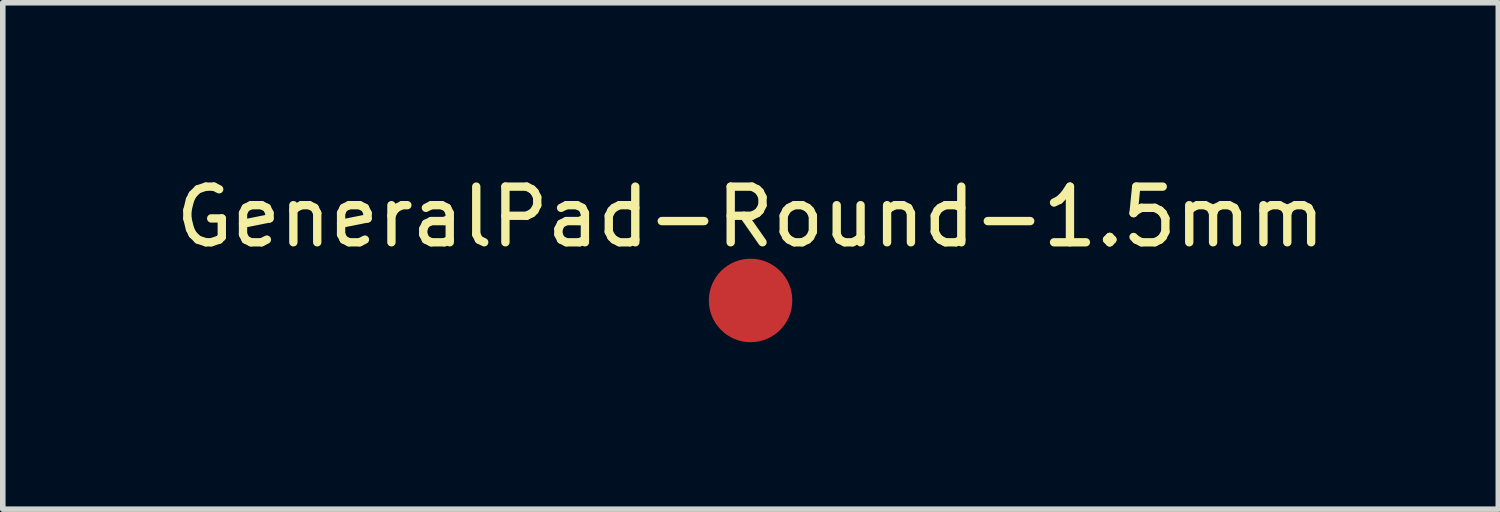
<source format=kicad_pcb>
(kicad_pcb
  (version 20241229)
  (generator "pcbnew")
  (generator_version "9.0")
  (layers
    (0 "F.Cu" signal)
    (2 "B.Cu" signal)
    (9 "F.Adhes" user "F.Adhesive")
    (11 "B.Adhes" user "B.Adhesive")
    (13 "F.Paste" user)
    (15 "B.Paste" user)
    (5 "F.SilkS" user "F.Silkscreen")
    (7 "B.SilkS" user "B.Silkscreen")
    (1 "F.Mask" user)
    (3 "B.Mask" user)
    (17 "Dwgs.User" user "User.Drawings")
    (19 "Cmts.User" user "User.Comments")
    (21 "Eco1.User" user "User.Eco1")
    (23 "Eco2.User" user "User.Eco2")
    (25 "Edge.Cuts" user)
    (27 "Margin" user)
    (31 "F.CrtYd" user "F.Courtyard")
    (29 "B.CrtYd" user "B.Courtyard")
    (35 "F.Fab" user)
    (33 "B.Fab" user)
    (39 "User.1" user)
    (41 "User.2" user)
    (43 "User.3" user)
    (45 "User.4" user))
  (footprint "GeneralPad-Round-1.5mm"
    (layer "F.Cu")
    (at 10.435 2.348)
    (property "Reference" "GeneralPad-Round-1.5mm" (at 0 -1.5 0) (unlocked yes) (layer "F.SilkS") (effects (font (size 1 1) (thickness 0.15))))
    (attr smd)
    (pad "1" smd circle (at 0 0 180) (size 1.5 1.5) (layers "F.Cu" "F.Mask" "F.Paste")))
  (gr_rect
    (start -3 -3)
    (end 23.869 6.098)
    (stroke (width 0.1) (type default))
    (fill no)
    (layer "Edge.Cuts")))
</source>
